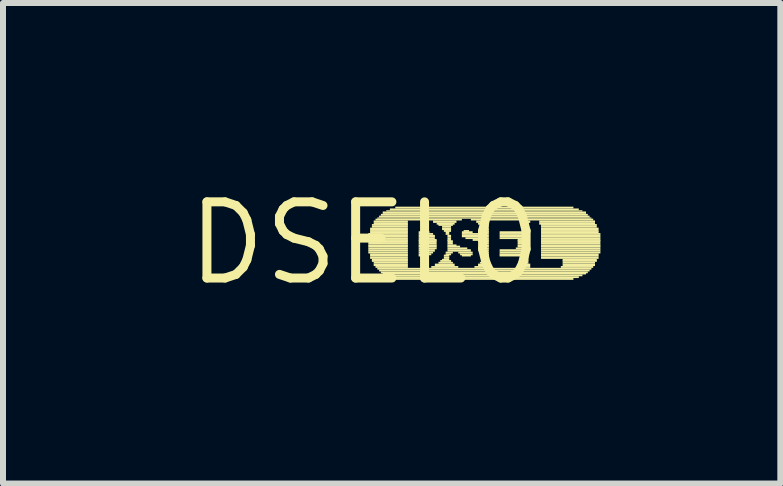
<source format=kicad_pcb>
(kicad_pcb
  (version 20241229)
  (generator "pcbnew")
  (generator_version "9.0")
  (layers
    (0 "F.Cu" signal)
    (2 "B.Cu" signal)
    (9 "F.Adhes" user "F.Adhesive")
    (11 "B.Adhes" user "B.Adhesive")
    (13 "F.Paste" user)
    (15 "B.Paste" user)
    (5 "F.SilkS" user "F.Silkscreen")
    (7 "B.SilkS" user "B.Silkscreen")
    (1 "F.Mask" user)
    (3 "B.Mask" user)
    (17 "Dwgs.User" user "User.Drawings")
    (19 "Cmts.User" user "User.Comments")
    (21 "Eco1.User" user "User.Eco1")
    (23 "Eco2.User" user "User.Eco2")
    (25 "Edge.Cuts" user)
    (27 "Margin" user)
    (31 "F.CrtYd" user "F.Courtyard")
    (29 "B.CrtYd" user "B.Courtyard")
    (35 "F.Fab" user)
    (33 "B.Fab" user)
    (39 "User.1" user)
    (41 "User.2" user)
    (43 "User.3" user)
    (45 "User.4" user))
  (footprint "DSEL0"
    (layer "F.Cu")
    (at 3.031 1.006)
    (property "Reference" "DSEL0" (at 0 0 0) (layer "F.SilkS") (effects (font (size 1.27 1.27) (thickness 0.15))))
    (fp_poly (pts (xy 0.06 -0.14) (xy 0.72 -0.14) (xy 0.72 -0.17) (xy 0.06 -0.17)) (stroke (width 0) (type solid)) (fill yes) (layer "F.SilkS"))
    (fp_poly (pts (xy 0.06 -0.1) (xy 0.72 -0.1) (xy 0.72 -0.14) (xy 0.06 -0.14)) (stroke (width 0) (type solid)) (fill yes) (layer "F.SilkS"))
    (fp_poly (pts (xy 0.06 -0.07) (xy 0.72 -0.07) (xy 0.72 -0.1) (xy 0.06 -0.1)) (stroke (width 0) (type solid)) (fill yes) (layer "F.SilkS"))
    (fp_poly (pts (xy 0.06 -0.04) (xy 0.72 -0.04) (xy 0.72 -0.07) (xy 0.06 -0.07)) (stroke (width 0) (type solid)) (fill yes) (layer "F.SilkS"))
    (fp_poly (pts (xy 0.06 -0.02) (xy 0.72 -0.02) (xy 0.72 -0.05) (xy 0.06 -0.05)) (stroke (width 0) (type solid)) (fill yes) (layer "F.SilkS"))
    (fp_poly (pts (xy 0.06 0.02) (xy 0.72 0.02) (xy 0.72 -0.02) (xy 0.06 -0.02)) (stroke (width 0) (type solid)) (fill yes) (layer "F.SilkS"))
    (fp_poly (pts (xy 0.06 0.05) (xy 0.72 0.05) (xy 0.72 0.02) (xy 0.06 0.02)) (stroke (width 0) (type solid)) (fill yes) (layer "F.SilkS"))
    (fp_poly (pts (xy 0.06 0.07) (xy 0.72 0.07) (xy 0.72 0.04) (xy 0.06 0.04)) (stroke (width 0) (type solid)) (fill yes) (layer "F.SilkS"))
    (fp_poly (pts (xy 0.06 0.1) (xy 0.72 0.1) (xy 0.72 0.07) (xy 0.06 0.07)) (stroke (width 0) (type solid)) (fill yes) (layer "F.SilkS"))
    (fp_poly (pts (xy 0.06 0.14) (xy 0.72 0.14) (xy 0.72 0.1) (xy 0.06 0.1)) (stroke (width 0) (type solid)) (fill yes) (layer "F.SilkS"))
    (fp_poly (pts (xy 0.06 0.17) (xy 0.72 0.17) (xy 0.72 0.14) (xy 0.06 0.14)) (stroke (width 0) (type solid)) (fill yes) (layer "F.SilkS"))
    (fp_poly (pts (xy 0.09 -0.22) (xy 0.72 -0.22) (xy 0.72 -0.26) (xy 0.09 -0.26)) (stroke (width 0) (type solid)) (fill yes) (layer "F.SilkS"))
    (fp_poly (pts (xy 0.09 -0.19) (xy 0.72 -0.19) (xy 0.72 -0.22) (xy 0.09 -0.22)) (stroke (width 0) (type solid)) (fill yes) (layer "F.SilkS"))
    (fp_poly (pts (xy 0.09 -0.17) (xy 0.72 -0.17) (xy 0.72 -0.2) (xy 0.09 -0.2)) (stroke (width 0) (type solid)) (fill yes) (layer "F.SilkS"))
    (fp_poly (pts (xy 0.09 0.2) (xy 0.72 0.2) (xy 0.72 0.17) (xy 0.09 0.17)) (stroke (width 0) (type solid)) (fill yes) (layer "F.SilkS"))
    (fp_poly (pts (xy 0.09 0.22) (xy 0.72 0.22) (xy 0.72 0.19) (xy 0.09 0.19)) (stroke (width 0) (type solid)) (fill yes) (layer "F.SilkS"))
    (fp_poly (pts (xy 0.09 0.26) (xy 0.72 0.26) (xy 0.72 0.22) (xy 0.09 0.22)) (stroke (width 0) (type solid)) (fill yes) (layer "F.SilkS"))
    (fp_poly (pts (xy 0.12 -0.29) (xy 0.72 -0.29) (xy 0.72 -0.32) (xy 0.12 -0.32)) (stroke (width 0) (type solid)) (fill yes) (layer "F.SilkS"))
    (fp_poly (pts (xy 0.12 -0.26) (xy 0.72 -0.26) (xy 0.72 -0.29) (xy 0.12 -0.29)) (stroke (width 0) (type solid)) (fill yes) (layer "F.SilkS"))
    (fp_poly (pts (xy 0.12 0.29) (xy 0.72 0.29) (xy 0.72 0.26) (xy 0.12 0.26)) (stroke (width 0) (type solid)) (fill yes) (layer "F.SilkS"))
    (fp_poly (pts (xy 0.12 0.31) (xy 0.72 0.31) (xy 0.72 0.28) (xy 0.12 0.28)) (stroke (width 0) (type solid)) (fill yes) (layer "F.SilkS"))
    (fp_poly (pts (xy 0.15 -0.34) (xy 0.72 -0.34) (xy 0.72 -0.38) (xy 0.15 -0.38)) (stroke (width 0) (type solid)) (fill yes) (layer "F.SilkS"))
    (fp_poly (pts (xy 0.15 -0.31) (xy 0.72 -0.31) (xy 0.72 -0.34) (xy 0.15 -0.34)) (stroke (width 0) (type solid)) (fill yes) (layer "F.SilkS"))
    (fp_poly (pts (xy 0.15 0.34) (xy 0.72 0.34) (xy 0.72 0.31) (xy 0.15 0.31)) (stroke (width 0) (type solid)) (fill yes) (layer "F.SilkS"))
    (fp_poly (pts (xy 0.15 0.38) (xy 0.72 0.38) (xy 0.72 0.34) (xy 0.15 0.34)) (stroke (width 0) (type solid)) (fill yes) (layer "F.SilkS"))
    (fp_poly (pts (xy 0.18 -0.38) (xy 1.62 -0.38) (xy 1.62 -0.41) (xy 0.18 -0.41)) (stroke (width 0) (type solid)) (fill yes) (layer "F.SilkS"))
    (fp_poly (pts (xy 0.18 0.41) (xy 0.72 0.41) (xy 0.72 0.38) (xy 0.18 0.38)) (stroke (width 0) (type solid)) (fill yes) (layer "F.SilkS"))
    (fp_poly (pts (xy 0.21 -0.41) (xy 3.78 -0.41) (xy 3.78 -0.43) (xy 0.21 -0.43)) (stroke (width 0) (type solid)) (fill yes) (layer "F.SilkS"))
    (fp_poly (pts (xy 0.21 0.44) (xy 3.78 0.44) (xy 3.78 0.41) (xy 0.21 0.41)) (stroke (width 0) (type solid)) (fill yes) (layer "F.SilkS"))
    (fp_poly (pts (xy 0.24 -0.43) (xy 3.75 -0.43) (xy 3.75 -0.46) (xy 0.24 -0.46)) (stroke (width 0) (type solid)) (fill yes) (layer "F.SilkS"))
    (fp_poly (pts (xy 0.24 0.47) (xy 3.75 0.47) (xy 3.75 0.44) (xy 0.24 0.44)) (stroke (width 0) (type solid)) (fill yes) (layer "F.SilkS"))
    (fp_poly (pts (xy 0.27 -0.46) (xy 3.72 -0.46) (xy 3.72 -0.49) (xy 0.27 -0.49)) (stroke (width 0) (type solid)) (fill yes) (layer "F.SilkS"))
    (fp_poly (pts (xy 0.27 0.5) (xy 3.72 0.5) (xy 3.72 0.47) (xy 0.27 0.47)) (stroke (width 0) (type solid)) (fill yes) (layer "F.SilkS"))
    (fp_poly (pts (xy 0.3 -0.49) (xy 3.69 -0.49) (xy 3.69 -0.53) (xy 0.3 -0.53)) (stroke (width 0) (type solid)) (fill yes) (layer "F.SilkS"))
    (fp_poly (pts (xy 0.3 0.52) (xy 3.69 0.52) (xy 3.69 0.49) (xy 0.3 0.49)) (stroke (width 0) (type solid)) (fill yes) (layer "F.SilkS"))
    (fp_poly (pts (xy 0.36 -0.53) (xy 3.63 -0.53) (xy 3.63 -0.55) (xy 0.36 -0.55)) (stroke (width 0) (type solid)) (fill yes) (layer "F.SilkS"))
    (fp_poly (pts (xy 0.36 0.55) (xy 3.63 0.55) (xy 3.63 0.52) (xy 0.36 0.52)) (stroke (width 0) (type solid)) (fill yes) (layer "F.SilkS"))
    (fp_poly (pts (xy 0.42 -0.55) (xy 3.57 -0.55) (xy 3.57 -0.58) (xy 0.42 -0.58)) (stroke (width 0) (type solid)) (fill yes) (layer "F.SilkS"))
    (fp_poly (pts (xy 0.42 0.58) (xy 3.57 0.58) (xy 3.57 0.55) (xy 0.42 0.55)) (stroke (width 0) (type solid)) (fill yes) (layer "F.SilkS"))
    (fp_poly (pts (xy 0.51 -0.58) (xy 3.48 -0.58) (xy 3.48 -0.61) (xy 0.51 -0.61)) (stroke (width 0) (type solid)) (fill yes) (layer "F.SilkS"))
    (fp_poly (pts (xy 0.51 0.61) (xy 3.48 0.61) (xy 3.48 0.58) (xy 0.51 0.58)) (stroke (width 0) (type solid)) (fill yes) (layer "F.SilkS"))
    (fp_poly (pts (xy 0.9 -0.17) (xy 1.08 -0.17) (xy 1.08 -0.2) (xy 0.9 -0.2)) (stroke (width 0) (type solid)) (fill yes) (layer "F.SilkS"))
    (fp_poly (pts (xy 0.9 -0.14) (xy 1.14 -0.14) (xy 1.14 -0.17) (xy 0.9 -0.17)) (stroke (width 0) (type solid)) (fill yes) (layer "F.SilkS"))
    (fp_poly (pts (xy 0.9 -0.1) (xy 1.17 -0.1) (xy 1.17 -0.14) (xy 0.9 -0.14)) (stroke (width 0) (type solid)) (fill yes) (layer "F.SilkS"))
    (fp_poly (pts (xy 0.9 -0.07) (xy 1.17 -0.07) (xy 1.17 -0.1) (xy 0.9 -0.1)) (stroke (width 0) (type solid)) (fill yes) (layer "F.SilkS"))
    (fp_poly (pts (xy 0.9 -0.04) (xy 1.2 -0.04) (xy 1.2 -0.07) (xy 0.9 -0.07)) (stroke (width 0) (type solid)) (fill yes) (layer "F.SilkS"))
    (fp_poly (pts (xy 0.9 -0.02) (xy 1.2 -0.02) (xy 1.2 -0.05) (xy 0.9 -0.05)) (stroke (width 0) (type solid)) (fill yes) (layer "F.SilkS"))
    (fp_poly (pts (xy 0.9 0.02) (xy 1.2 0.02) (xy 1.2 -0.02) (xy 0.9 -0.02)) (stroke (width 0) (type solid)) (fill yes) (layer "F.SilkS"))
    (fp_poly (pts (xy 0.9 0.05) (xy 1.2 0.05) (xy 1.2 0.02) (xy 0.9 0.02)) (stroke (width 0) (type solid)) (fill yes) (layer "F.SilkS"))
    (fp_poly (pts (xy 0.9 0.07) (xy 1.2 0.07) (xy 1.2 0.04) (xy 0.9 0.04)) (stroke (width 0) (type solid)) (fill yes) (layer "F.SilkS"))
    (fp_poly (pts (xy 0.9 0.1) (xy 1.2 0.1) (xy 1.2 0.07) (xy 0.9 0.07)) (stroke (width 0) (type solid)) (fill yes) (layer "F.SilkS"))
    (fp_poly (pts (xy 0.9 0.14) (xy 1.17 0.14) (xy 1.17 0.1) (xy 0.9 0.1)) (stroke (width 0) (type solid)) (fill yes) (layer "F.SilkS"))
    (fp_poly (pts (xy 0.9 0.17) (xy 1.14 0.17) (xy 1.14 0.14) (xy 0.9 0.14)) (stroke (width 0) (type solid)) (fill yes) (layer "F.SilkS"))
    (fp_poly (pts (xy 0.9 0.2) (xy 1.11 0.2) (xy 1.11 0.17) (xy 0.9 0.17)) (stroke (width 0) (type solid)) (fill yes) (layer "F.SilkS"))
    (fp_poly (pts (xy 0.9 0.22) (xy 1.05 0.22) (xy 1.05 0.19) (xy 0.9 0.19)) (stroke (width 0) (type solid)) (fill yes) (layer "F.SilkS"))
    (fp_poly (pts (xy 1.11 0.41) (xy 1.56 0.41) (xy 1.56 0.38) (xy 1.11 0.38)) (stroke (width 0) (type solid)) (fill yes) (layer "F.SilkS"))
    (fp_poly (pts (xy 1.14 -0.34) (xy 1.53 -0.34) (xy 1.53 -0.38) (xy 1.14 -0.38)) (stroke (width 0) (type solid)) (fill yes) (layer "F.SilkS"))
    (fp_poly (pts (xy 1.17 0.38) (xy 1.5 0.38) (xy 1.5 0.34) (xy 1.17 0.34)) (stroke (width 0) (type solid)) (fill yes) (layer "F.SilkS"))
    (fp_poly (pts (xy 1.2 -0.31) (xy 1.5 -0.31) (xy 1.5 -0.34) (xy 1.2 -0.34)) (stroke (width 0) (type solid)) (fill yes) (layer "F.SilkS"))
    (fp_poly (pts (xy 1.23 -0.29) (xy 1.47 -0.29) (xy 1.47 -0.32) (xy 1.23 -0.32)) (stroke (width 0) (type solid)) (fill yes) (layer "F.SilkS"))
    (fp_poly (pts (xy 1.23 0.34) (xy 1.47 0.34) (xy 1.47 0.31) (xy 1.23 0.31)) (stroke (width 0) (type solid)) (fill yes) (layer "F.SilkS"))
    (fp_poly (pts (xy 1.26 0.31) (xy 1.44 0.31) (xy 1.44 0.28) (xy 1.26 0.28)) (stroke (width 0) (type solid)) (fill yes) (layer "F.SilkS"))
    (fp_poly (pts (xy 1.29 -0.26) (xy 1.44 -0.26) (xy 1.44 -0.29) (xy 1.29 -0.29)) (stroke (width 0) (type solid)) (fill yes) (layer "F.SilkS"))
    (fp_poly (pts (xy 1.29 -0.22) (xy 1.44 -0.22) (xy 1.44 -0.26) (xy 1.29 -0.26)) (stroke (width 0) (type solid)) (fill yes) (layer "F.SilkS"))
    (fp_poly (pts (xy 1.29 0.29) (xy 1.41 0.29) (xy 1.41 0.26) (xy 1.29 0.26)) (stroke (width 0) (type solid)) (fill yes) (layer "F.SilkS"))
    (fp_poly (pts (xy 1.32 -0.19) (xy 1.44 -0.19) (xy 1.44 -0.22) (xy 1.32 -0.22)) (stroke (width 0) (type solid)) (fill yes) (layer "F.SilkS"))
    (fp_poly (pts (xy 1.32 0.22) (xy 1.41 0.22) (xy 1.41 0.19) (xy 1.32 0.19)) (stroke (width 0) (type solid)) (fill yes) (layer "F.SilkS"))
    (fp_poly (pts (xy 1.32 0.26) (xy 1.41 0.26) (xy 1.41 0.22) (xy 1.32 0.22)) (stroke (width 0) (type solid)) (fill yes) (layer "F.SilkS"))
    (fp_poly (pts (xy 1.35 -0.17) (xy 1.41 -0.17) (xy 1.41 -0.2) (xy 1.35 -0.2)) (stroke (width 0) (type solid)) (fill yes) (layer "F.SilkS"))
    (fp_poly (pts (xy 1.35 -0.14) (xy 1.41 -0.14) (xy 1.41 -0.17) (xy 1.35 -0.17)) (stroke (width 0) (type solid)) (fill yes) (layer "F.SilkS"))
    (fp_poly (pts (xy 1.35 0.17) (xy 1.47 0.17) (xy 1.47 0.14) (xy 1.35 0.14)) (stroke (width 0) (type solid)) (fill yes) (layer "F.SilkS"))
    (fp_poly (pts (xy 1.35 0.2) (xy 1.44 0.2) (xy 1.44 0.17) (xy 1.35 0.17)) (stroke (width 0) (type solid)) (fill yes) (layer "F.SilkS"))
    (fp_poly (pts (xy 1.38 -0.1) (xy 1.44 -0.1) (xy 1.44 -0.14) (xy 1.38 -0.14)) (stroke (width 0) (type solid)) (fill yes) (layer "F.SilkS"))
    (fp_poly (pts (xy 1.38 -0.07) (xy 1.44 -0.07) (xy 1.44 -0.1) (xy 1.38 -0.1)) (stroke (width 0) (type solid)) (fill yes) (layer "F.SilkS"))
    (fp_poly (pts (xy 1.38 -0.04) (xy 1.44 -0.04) (xy 1.44 -0.07) (xy 1.38 -0.07)) (stroke (width 0) (type solid)) (fill yes) (layer "F.SilkS"))
    (fp_poly (pts (xy 1.38 -0.02) (xy 1.47 -0.02) (xy 1.47 -0.05) (xy 1.38 -0.05)) (stroke (width 0) (type solid)) (fill yes) (layer "F.SilkS"))
    (fp_poly (pts (xy 1.38 0.02) (xy 1.47 0.02) (xy 1.47 -0.02) (xy 1.38 -0.02)) (stroke (width 0) (type solid)) (fill yes) (layer "F.SilkS"))
    (fp_poly (pts (xy 1.38 0.05) (xy 1.53 0.05) (xy 1.53 0.02) (xy 1.38 0.02)) (stroke (width 0) (type solid)) (fill yes) (layer "F.SilkS"))
    (fp_poly (pts (xy 1.38 0.07) (xy 1.59 0.07) (xy 1.59 0.04) (xy 1.38 0.04)) (stroke (width 0) (type solid)) (fill yes) (layer "F.SilkS"))
    (fp_poly (pts (xy 1.38 0.1) (xy 1.71 0.1) (xy 1.71 0.07) (xy 1.38 0.07)) (stroke (width 0) (type solid)) (fill yes) (layer "F.SilkS"))
    (fp_poly (pts (xy 1.38 0.14) (xy 1.77 0.14) (xy 1.77 0.1) (xy 1.38 0.1)) (stroke (width 0) (type solid)) (fill yes) (layer "F.SilkS"))
    (fp_poly (pts (xy 1.56 0.17) (xy 1.8 0.17) (xy 1.8 0.14) (xy 1.56 0.14)) (stroke (width 0) (type solid)) (fill yes) (layer "F.SilkS"))
    (fp_poly (pts (xy 1.59 0.2) (xy 1.8 0.2) (xy 1.8 0.17) (xy 1.59 0.17)) (stroke (width 0) (type solid)) (fill yes) (layer "F.SilkS"))
    (fp_poly (pts (xy 1.62 -0.17) (xy 1.8 -0.17) (xy 1.8 -0.2) (xy 1.62 -0.2)) (stroke (width 0) (type solid)) (fill yes) (layer "F.SilkS"))
    (fp_poly (pts (xy 1.62 -0.14) (xy 2.07 -0.14) (xy 2.07 -0.17) (xy 1.62 -0.17)) (stroke (width 0) (type solid)) (fill yes) (layer "F.SilkS"))
    (fp_poly (pts (xy 1.62 -0.1) (xy 2.07 -0.1) (xy 2.07 -0.14) (xy 1.62 -0.14)) (stroke (width 0) (type solid)) (fill yes) (layer "F.SilkS"))
    (fp_poly (pts (xy 1.62 0.22) (xy 1.77 0.22) (xy 1.77 0.19) (xy 1.62 0.19)) (stroke (width 0) (type solid)) (fill yes) (layer "F.SilkS"))
    (fp_poly (pts (xy 1.65 -0.19) (xy 1.74 -0.19) (xy 1.74 -0.22) (xy 1.65 -0.22)) (stroke (width 0) (type solid)) (fill yes) (layer "F.SilkS"))
    (fp_poly (pts (xy 1.68 -0.07) (xy 2.07 -0.07) (xy 2.07 -0.1) (xy 1.68 -0.1)) (stroke (width 0) (type solid)) (fill yes) (layer "F.SilkS"))
    (fp_poly (pts (xy 1.77 -0.38) (xy 3.81 -0.38) (xy 3.81 -0.41) (xy 1.77 -0.41)) (stroke (width 0) (type solid)) (fill yes) (layer "F.SilkS"))
    (fp_poly (pts (xy 1.8 -0.04) (xy 2.07 -0.04) (xy 2.07 -0.07) (xy 1.8 -0.07)) (stroke (width 0) (type solid)) (fill yes) (layer "F.SilkS"))
    (fp_poly (pts (xy 1.83 0.41) (xy 2.07 0.41) (xy 2.07 0.38) (xy 1.83 0.38)) (stroke (width 0) (type solid)) (fill yes) (layer "F.SilkS"))
    (fp_poly (pts (xy 1.86 -0.34) (xy 2.07 -0.34) (xy 2.07 -0.38) (xy 1.86 -0.38)) (stroke (width 0) (type solid)) (fill yes) (layer "F.SilkS"))
    (fp_poly (pts (xy 1.89 -0.31) (xy 2.07 -0.31) (xy 2.07 -0.34) (xy 1.89 -0.34)) (stroke (width 0) (type solid)) (fill yes) (layer "F.SilkS"))
    (fp_poly (pts (xy 1.89 -0.19) (xy 2.07 -0.19) (xy 2.07 -0.22) (xy 1.89 -0.22)) (stroke (width 0) (type solid)) (fill yes) (layer "F.SilkS"))
    (fp_poly (pts (xy 1.89 -0.17) (xy 2.07 -0.17) (xy 2.07 -0.2) (xy 1.89 -0.2)) (stroke (width 0) (type solid)) (fill yes) (layer "F.SilkS"))
    (fp_poly (pts (xy 1.89 -0.02) (xy 2.07 -0.02) (xy 2.07 -0.05) (xy 1.89 -0.05)) (stroke (width 0) (type solid)) (fill yes) (layer "F.SilkS"))
    (fp_poly (pts (xy 1.89 0.38) (xy 2.07 0.38) (xy 2.07 0.34) (xy 1.89 0.34)) (stroke (width 0) (type solid)) (fill yes) (layer "F.SilkS"))
    (fp_poly (pts (xy 1.92 -0.29) (xy 2.07 -0.29) (xy 2.07 -0.32) (xy 1.92 -0.32)) (stroke (width 0) (type solid)) (fill yes) (layer "F.SilkS"))
    (fp_poly (pts (xy 1.92 -0.26) (xy 2.07 -0.26) (xy 2.07 -0.29) (xy 1.92 -0.29)) (stroke (width 0) (type solid)) (fill yes) (layer "F.SilkS"))
    (fp_poly (pts (xy 1.92 -0.22) (xy 2.07 -0.22) (xy 2.07 -0.26) (xy 1.92 -0.26)) (stroke (width 0) (type solid)) (fill yes) (layer "F.SilkS"))
    (fp_poly (pts (xy 1.92 0.02) (xy 2.07 0.02) (xy 2.07 -0.02) (xy 1.92 -0.02)) (stroke (width 0) (type solid)) (fill yes) (layer "F.SilkS"))
    (fp_poly (pts (xy 1.92 0.34) (xy 2.07 0.34) (xy 2.07 0.31) (xy 1.92 0.31)) (stroke (width 0) (type solid)) (fill yes) (layer "F.SilkS"))
    (fp_poly (pts (xy 1.95 0.05) (xy 2.07 0.05) (xy 2.07 0.02) (xy 1.95 0.02)) (stroke (width 0) (type solid)) (fill yes) (layer "F.SilkS"))
    (fp_poly (pts (xy 1.95 0.07) (xy 2.07 0.07) (xy 2.07 0.04) (xy 1.95 0.04)) (stroke (width 0) (type solid)) (fill yes) (layer "F.SilkS"))
    (fp_poly (pts (xy 1.95 0.29) (xy 2.07 0.29) (xy 2.07 0.26) (xy 1.95 0.26)) (stroke (width 0) (type solid)) (fill yes) (layer "F.SilkS"))
    (fp_poly (pts (xy 1.95 0.31) (xy 2.07 0.31) (xy 2.07 0.28) (xy 1.95 0.28)) (stroke (width 0) (type solid)) (fill yes) (layer "F.SilkS"))
    (fp_poly (pts (xy 1.98 0.1) (xy 2.07 0.1) (xy 2.07 0.07) (xy 1.98 0.07)) (stroke (width 0) (type solid)) (fill yes) (layer "F.SilkS"))
    (fp_poly (pts (xy 1.98 0.14) (xy 2.07 0.14) (xy 2.07 0.1) (xy 1.98 0.1)) (stroke (width 0) (type solid)) (fill yes) (layer "F.SilkS"))
    (fp_poly (pts (xy 1.98 0.17) (xy 2.07 0.17) (xy 2.07 0.14) (xy 1.98 0.14)) (stroke (width 0) (type solid)) (fill yes) (layer "F.SilkS"))
    (fp_poly (pts (xy 1.98 0.2) (xy 2.07 0.2) (xy 2.07 0.17) (xy 1.98 0.17)) (stroke (width 0) (type solid)) (fill yes) (layer "F.SilkS"))
    (fp_poly (pts (xy 1.98 0.22) (xy 2.07 0.22) (xy 2.07 0.19) (xy 1.98 0.19)) (stroke (width 0) (type solid)) (fill yes) (layer "F.SilkS"))
    (fp_poly (pts (xy 1.98 0.26) (xy 2.07 0.26) (xy 2.07 0.22) (xy 1.98 0.22)) (stroke (width 0) (type solid)) (fill yes) (layer "F.SilkS"))
    (fp_poly (pts (xy 2.25 -0.17) (xy 2.73 -0.17) (xy 2.73 -0.2) (xy 2.25 -0.2)) (stroke (width 0) (type solid)) (fill yes) (layer "F.SilkS"))
    (fp_poly (pts (xy 2.25 -0.14) (xy 2.73 -0.14) (xy 2.73 -0.17) (xy 2.25 -0.17)) (stroke (width 0) (type solid)) (fill yes) (layer "F.SilkS"))
    (fp_poly (pts (xy 2.25 -0.1) (xy 2.73 -0.1) (xy 2.73 -0.14) (xy 2.25 -0.14)) (stroke (width 0) (type solid)) (fill yes) (layer "F.SilkS"))
    (fp_poly (pts (xy 2.25 -0.07) (xy 2.73 -0.07) (xy 2.73 -0.1) (xy 2.25 -0.1)) (stroke (width 0) (type solid)) (fill yes) (layer "F.SilkS"))
    (fp_poly (pts (xy 2.25 0.14) (xy 2.73 0.14) (xy 2.73 0.1) (xy 2.25 0.1)) (stroke (width 0) (type solid)) (fill yes) (layer "F.SilkS"))
    (fp_poly (pts (xy 2.25 0.17) (xy 2.73 0.17) (xy 2.73 0.14) (xy 2.25 0.14)) (stroke (width 0) (type solid)) (fill yes) (layer "F.SilkS"))
    (fp_poly (pts (xy 2.25 0.2) (xy 2.73 0.2) (xy 2.73 0.17) (xy 2.25 0.17)) (stroke (width 0) (type solid)) (fill yes) (layer "F.SilkS"))
    (fp_poly (pts (xy 2.25 0.22) (xy 2.73 0.22) (xy 2.73 0.19) (xy 2.25 0.19)) (stroke (width 0) (type solid)) (fill yes) (layer "F.SilkS"))
    (fp_poly (pts (xy 2.52 0.1) (xy 2.73 0.1) (xy 2.73 0.07) (xy 2.52 0.07)) (stroke (width 0) (type solid)) (fill yes) (layer "F.SilkS"))
    (fp_poly (pts (xy 2.55 -0.04) (xy 2.73 -0.04) (xy 2.73 -0.07) (xy 2.55 -0.07)) (stroke (width 0) (type solid)) (fill yes) (layer "F.SilkS"))
    (fp_poly (pts (xy 2.55 -0.02) (xy 2.73 -0.02) (xy 2.73 -0.05) (xy 2.55 -0.05)) (stroke (width 0) (type solid)) (fill yes) (layer "F.SilkS"))
    (fp_poly (pts (xy 2.55 0.02) (xy 2.73 0.02) (xy 2.73 -0.02) (xy 2.55 -0.02)) (stroke (width 0) (type solid)) (fill yes) (layer "F.SilkS"))
    (fp_poly (pts (xy 2.55 0.05) (xy 2.73 0.05) (xy 2.73 0.02) (xy 2.55 0.02)) (stroke (width 0) (type solid)) (fill yes) (layer "F.SilkS"))
    (fp_poly (pts (xy 2.55 0.07) (xy 2.73 0.07) (xy 2.73 0.04) (xy 2.55 0.04)) (stroke (width 0) (type solid)) (fill yes) (layer "F.SilkS"))
    (fp_poly (pts (xy 2.64 -0.19) (xy 2.73 -0.19) (xy 2.73 -0.22) (xy 2.64 -0.22)) (stroke (width 0) (type solid)) (fill yes) (layer "F.SilkS"))
    (fp_poly (pts (xy 2.64 0.41) (xy 2.76 0.41) (xy 2.76 0.38) (xy 2.64 0.38)) (stroke (width 0) (type solid)) (fill yes) (layer "F.SilkS"))
    (fp_poly (pts (xy 2.67 -0.34) (xy 2.76 -0.34) (xy 2.76 -0.38) (xy 2.67 -0.38)) (stroke (width 0) (type solid)) (fill yes) (layer "F.SilkS"))
    (fp_poly (pts (xy 2.67 -0.31) (xy 2.73 -0.31) (xy 2.73 -0.34) (xy 2.67 -0.34)) (stroke (width 0) (type solid)) (fill yes) (layer "F.SilkS"))
    (fp_poly (pts (xy 2.67 -0.29) (xy 2.73 -0.29) (xy 2.73 -0.32) (xy 2.67 -0.32)) (stroke (width 0) (type solid)) (fill yes) (layer "F.SilkS"))
    (fp_poly (pts (xy 2.67 -0.26) (xy 2.73 -0.26) (xy 2.73 -0.29) (xy 2.67 -0.29)) (stroke (width 0) (type solid)) (fill yes) (layer "F.SilkS"))
    (fp_poly (pts (xy 2.67 -0.22) (xy 2.73 -0.22) (xy 2.73 -0.26) (xy 2.67 -0.26)) (stroke (width 0) (type solid)) (fill yes) (layer "F.SilkS"))
    (fp_poly (pts (xy 2.67 0.26) (xy 2.73 0.26) (xy 2.73 0.22) (xy 2.67 0.22)) (stroke (width 0) (type solid)) (fill yes) (layer "F.SilkS"))
    (fp_poly (pts (xy 2.67 0.29) (xy 2.73 0.29) (xy 2.73 0.26) (xy 2.67 0.26)) (stroke (width 0) (type solid)) (fill yes) (layer "F.SilkS"))
    (fp_poly (pts (xy 2.67 0.31) (xy 2.73 0.31) (xy 2.73 0.28) (xy 2.67 0.28)) (stroke (width 0) (type solid)) (fill yes) (layer "F.SilkS"))
    (fp_poly (pts (xy 2.67 0.34) (xy 2.73 0.34) (xy 2.73 0.31) (xy 2.67 0.31)) (stroke (width 0) (type solid)) (fill yes) (layer "F.SilkS"))
    (fp_poly (pts (xy 2.67 0.38) (xy 2.76 0.38) (xy 2.76 0.34) (xy 2.67 0.34)) (stroke (width 0) (type solid)) (fill yes) (layer "F.SilkS"))
    (fp_poly (pts (xy 2.91 -0.34) (xy 3.84 -0.34) (xy 3.84 -0.38) (xy 2.91 -0.38)) (stroke (width 0) (type solid)) (fill yes) (layer "F.SilkS"))
    (fp_poly (pts (xy 2.91 -0.31) (xy 3.84 -0.31) (xy 3.84 -0.34) (xy 2.91 -0.34)) (stroke (width 0) (type solid)) (fill yes) (layer "F.SilkS"))
    (fp_poly (pts (xy 2.94 -0.29) (xy 3.87 -0.29) (xy 3.87 -0.32) (xy 2.94 -0.32)) (stroke (width 0) (type solid)) (fill yes) (layer "F.SilkS"))
    (fp_poly (pts (xy 2.94 -0.26) (xy 3.87 -0.26) (xy 3.87 -0.29) (xy 2.94 -0.29)) (stroke (width 0) (type solid)) (fill yes) (layer "F.SilkS"))
    (fp_poly (pts (xy 2.94 -0.22) (xy 3.9 -0.22) (xy 3.9 -0.26) (xy 2.94 -0.26)) (stroke (width 0) (type solid)) (fill yes) (layer "F.SilkS"))
    (fp_poly (pts (xy 2.94 -0.19) (xy 3.9 -0.19) (xy 3.9 -0.22) (xy 2.94 -0.22)) (stroke (width 0) (type solid)) (fill yes) (layer "F.SilkS"))
    (fp_poly (pts (xy 2.94 -0.17) (xy 3.9 -0.17) (xy 3.9 -0.2) (xy 2.94 -0.2)) (stroke (width 0) (type solid)) (fill yes) (layer "F.SilkS"))
    (fp_poly (pts (xy 2.94 -0.14) (xy 3.93 -0.14) (xy 3.93 -0.17) (xy 2.94 -0.17)) (stroke (width 0) (type solid)) (fill yes) (layer "F.SilkS"))
    (fp_poly (pts (xy 2.94 -0.1) (xy 3.93 -0.1) (xy 3.93 -0.14) (xy 2.94 -0.14)) (stroke (width 0) (type solid)) (fill yes) (layer "F.SilkS"))
    (fp_poly (pts (xy 2.94 -0.07) (xy 3.93 -0.07) (xy 3.93 -0.1) (xy 2.94 -0.1)) (stroke (width 0) (type solid)) (fill yes) (layer "F.SilkS"))
    (fp_poly (pts (xy 2.94 -0.04) (xy 3.93 -0.04) (xy 3.93 -0.07) (xy 2.94 -0.07)) (stroke (width 0) (type solid)) (fill yes) (layer "F.SilkS"))
    (fp_poly (pts (xy 2.94 -0.02) (xy 3.93 -0.02) (xy 3.93 -0.05) (xy 2.94 -0.05)) (stroke (width 0) (type solid)) (fill yes) (layer "F.SilkS"))
    (fp_poly (pts (xy 2.94 0.02) (xy 3.93 0.02) (xy 3.93 -0.02) (xy 2.94 -0.02)) (stroke (width 0) (type solid)) (fill yes) (layer "F.SilkS"))
    (fp_poly (pts (xy 2.94 0.05) (xy 3.93 0.05) (xy 3.93 0.02) (xy 2.94 0.02)) (stroke (width 0) (type solid)) (fill yes) (layer "F.SilkS"))
    (fp_poly (pts (xy 2.94 0.07) (xy 3.93 0.07) (xy 3.93 0.04) (xy 2.94 0.04)) (stroke (width 0) (type solid)) (fill yes) (layer "F.SilkS"))
    (fp_poly (pts (xy 2.94 0.1) (xy 3.93 0.1) (xy 3.93 0.07) (xy 2.94 0.07)) (stroke (width 0) (type solid)) (fill yes) (layer "F.SilkS"))
    (fp_poly (pts (xy 2.94 0.14) (xy 3.93 0.14) (xy 3.93 0.1) (xy 2.94 0.1)) (stroke (width 0) (type solid)) (fill yes) (layer "F.SilkS"))
    (fp_poly (pts (xy 2.94 0.17) (xy 3.93 0.17) (xy 3.93 0.14) (xy 2.94 0.14)) (stroke (width 0) (type solid)) (fill yes) (layer "F.SilkS"))
    (fp_poly (pts (xy 2.94 0.2) (xy 3.9 0.2) (xy 3.9 0.17) (xy 2.94 0.17)) (stroke (width 0) (type solid)) (fill yes) (layer "F.SilkS"))
    (fp_poly (pts (xy 2.94 0.22) (xy 3.9 0.22) (xy 3.9 0.19) (xy 2.94 0.19)) (stroke (width 0) (type solid)) (fill yes) (layer "F.SilkS"))
    (fp_poly (pts (xy 2.94 0.26) (xy 3.9 0.26) (xy 3.9 0.22) (xy 2.94 0.22)) (stroke (width 0) (type solid)) (fill yes) (layer "F.SilkS"))
    (fp_poly (pts (xy 3.27 0.41) (xy 3.81 0.41) (xy 3.81 0.38) (xy 3.27 0.38)) (stroke (width 0) (type solid)) (fill yes) (layer "F.SilkS"))
    (fp_poly (pts (xy 3.3 0.29) (xy 3.87 0.29) (xy 3.87 0.26) (xy 3.3 0.26)) (stroke (width 0) (type solid)) (fill yes) (layer "F.SilkS"))
    (fp_poly (pts (xy 3.3 0.31) (xy 3.87 0.31) (xy 3.87 0.28) (xy 3.3 0.28)) (stroke (width 0) (type solid)) (fill yes) (layer "F.SilkS"))
    (fp_poly (pts (xy 3.3 0.34) (xy 3.84 0.34) (xy 3.84 0.31) (xy 3.3 0.31)) (stroke (width 0) (type solid)) (fill yes) (layer "F.SilkS"))
    (fp_poly (pts (xy 3.3 0.38) (xy 3.84 0.38) (xy 3.84 0.34) (xy 3.3 0.34)) (stroke (width 0) (type solid)) (fill yes) (layer "F.SilkS")))
  (gr_rect
    (start -3 -3)
    (end 9.961 5.012)
    (stroke (width 0.1) (type default))
    (fill no)
    (layer "Edge.Cuts")))
</source>
